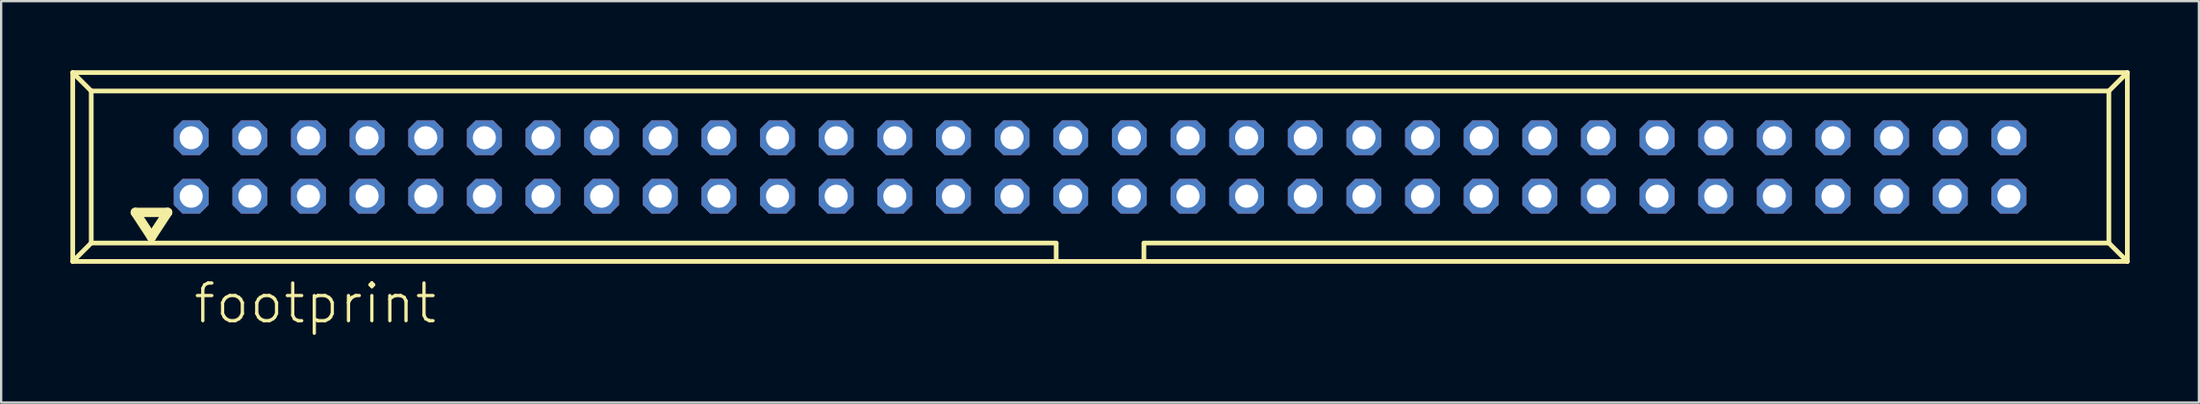
<source format=kicad_pcb>
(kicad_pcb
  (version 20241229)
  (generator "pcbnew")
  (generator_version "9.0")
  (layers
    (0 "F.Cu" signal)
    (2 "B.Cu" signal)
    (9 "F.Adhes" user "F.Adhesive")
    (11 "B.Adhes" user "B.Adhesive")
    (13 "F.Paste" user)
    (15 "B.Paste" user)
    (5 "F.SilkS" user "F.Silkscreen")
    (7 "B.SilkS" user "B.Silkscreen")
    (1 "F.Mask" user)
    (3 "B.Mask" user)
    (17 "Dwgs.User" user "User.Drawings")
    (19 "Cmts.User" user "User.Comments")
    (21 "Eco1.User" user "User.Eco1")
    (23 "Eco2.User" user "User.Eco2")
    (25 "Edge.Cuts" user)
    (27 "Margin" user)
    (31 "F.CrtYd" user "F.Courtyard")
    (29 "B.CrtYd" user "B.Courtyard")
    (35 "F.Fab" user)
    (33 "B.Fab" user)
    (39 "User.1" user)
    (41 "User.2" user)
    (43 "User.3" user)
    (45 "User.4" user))
  (footprint "footprint"
    (layer "F.Cu")
    (at 44.602 4.202)
    (property "Reference" "footprint" (at -39.35 6.88 0) (layer "F.SilkS") (effects (font (size 1.636 1.636) (thickness 0.142)) (justify left bottom)))
    (fp_line (start -44.5 -4.1) (end -43.7 -3.3) (stroke (width 0.203) (type solid)) (layer "F.SilkS"))
    (fp_line (start -44.5 4.1) (end -44.5 -4.1) (stroke (width 0.203) (type solid)) (layer "F.SilkS"))
    (fp_line (start -44.5 4.1) (end -43.7 3.3) (stroke (width 0.203) (type solid)) (layer "F.SilkS"))
    (fp_line (start -44.5 4.1) (end 44.5 4.1) (stroke (width 0.203) (type solid)) (layer "F.SilkS"))
    (fp_line (start -43.7 -3.3) (end 43.7 -3.3) (stroke (width 0.203) (type solid)) (layer "F.SilkS"))
    (fp_line (start -43.7 3.3) (end -43.7 -3.3) (stroke (width 0.203) (type solid)) (layer "F.SilkS"))
    (fp_line (start -41.79 1.97) (end -41.09 3.04) (stroke (width 0.406) (type solid)) (layer "F.SilkS"))
    (fp_line (start -41.09 3.04) (end -40.39 1.97) (stroke (width 0.406) (type solid)) (layer "F.SilkS"))
    (fp_line (start -40.39 1.97) (end -41.79 1.97) (stroke (width 0.406) (type solid)) (layer "F.SilkS"))
    (fp_line (start -1.9 3.3) (end -43.7 3.3) (stroke (width 0.203) (type solid)) (layer "F.SilkS"))
    (fp_line (start -1.9 3.32) (end -1.9 4.03) (stroke (width 0.203) (type solid)) (layer "F.SilkS"))
    (fp_line (start 1.9 3.32) (end 1.9 4.03) (stroke (width 0.203) (type solid)) (layer "F.SilkS"))
    (fp_line (start 43.7 -3.3) (end 43.7 3.3) (stroke (width 0.203) (type solid)) (layer "F.SilkS"))
    (fp_line (start 43.7 3.3) (end 1.9 3.3) (stroke (width 0.203) (type solid)) (layer "F.SilkS"))
    (fp_line (start 43.7 3.3) (end 44.5 4.1) (stroke (width 0.203) (type solid)) (layer "F.SilkS"))
    (fp_line (start 44.5 -4.1) (end -44.5 -4.1) (stroke (width 0.203) (type solid)) (layer "F.SilkS"))
    (fp_line (start 44.5 -4.1) (end 43.7 -3.3) (stroke (width 0.203) (type solid)) (layer "F.SilkS"))
    (fp_line (start 44.5 4.1) (end 44.5 -4.1) (stroke (width 0.203) (type solid)) (layer "F.SilkS"))
    (pad "1" thru_hole roundrect (at -39.37 1.27) (size 1.508 1.508) (drill 1) (layers "*.Cu" "*.Mask") (roundrect_rratio 0.25) (chamfer_ratio 0.25) (chamfer top_left top_right bottom_left bottom_right))
    (pad "2" thru_hole roundrect (at -39.37 -1.27) (size 1.508 1.508) (drill 1) (layers "*.Cu" "*.Mask") (roundrect_rratio 0.25) (chamfer_ratio 0.25) (chamfer top_left top_right bottom_left bottom_right))
    (pad "3" thru_hole roundrect (at -36.83 1.27) (size 1.508 1.508) (drill 1) (layers "*.Cu" "*.Mask") (roundrect_rratio 0.25) (chamfer_ratio 0.25) (chamfer top_left top_right bottom_left bottom_right))
    (pad "4" thru_hole roundrect (at -36.83 -1.27) (size 1.508 1.508) (drill 1) (layers "*.Cu" "*.Mask") (roundrect_rratio 0.25) (chamfer_ratio 0.25) (chamfer top_left top_right bottom_left bottom_right))
    (pad "5" thru_hole roundrect (at -34.29 1.27) (size 1.508 1.508) (drill 1) (layers "*.Cu" "*.Mask") (roundrect_rratio 0.25) (chamfer_ratio 0.25) (chamfer top_left top_right bottom_left bottom_right))
    (pad "6" thru_hole roundrect (at -34.29 -1.27) (size 1.508 1.508) (drill 1) (layers "*.Cu" "*.Mask") (roundrect_rratio 0.25) (chamfer_ratio 0.25) (chamfer top_left top_right bottom_left bottom_right))
    (pad "7" thru_hole roundrect (at -31.75 1.27) (size 1.508 1.508) (drill 1) (layers "*.Cu" "*.Mask") (roundrect_rratio 0.25) (chamfer_ratio 0.25) (chamfer top_left top_right bottom_left bottom_right))
    (pad "8" thru_hole roundrect (at -31.75 -1.27) (size 1.508 1.508) (drill 1) (layers "*.Cu" "*.Mask") (roundrect_rratio 0.25) (chamfer_ratio 0.25) (chamfer top_left top_right bottom_left bottom_right))
    (pad "9" thru_hole roundrect (at -29.21 1.27) (size 1.508 1.508) (drill 1) (layers "*.Cu" "*.Mask") (roundrect_rratio 0.25) (chamfer_ratio 0.25) (chamfer top_left top_right bottom_left bottom_right))
    (pad "10" thru_hole roundrect (at -29.21 -1.27) (size 1.508 1.508) (drill 1) (layers "*.Cu" "*.Mask") (roundrect_rratio 0.25) (chamfer_ratio 0.25) (chamfer top_left top_right bottom_left bottom_right))
    (pad "11" thru_hole roundrect (at -26.67 1.27) (size 1.508 1.508) (drill 1) (layers "*.Cu" "*.Mask") (roundrect_rratio 0.25) (chamfer_ratio 0.25) (chamfer top_left top_right bottom_left bottom_right))
    (pad "12" thru_hole roundrect (at -26.67 -1.27) (size 1.508 1.508) (drill 1) (layers "*.Cu" "*.Mask") (roundrect_rratio 0.25) (chamfer_ratio 0.25) (chamfer top_left top_right bottom_left bottom_right))
    (pad "13" thru_hole roundrect (at -24.13 1.27) (size 1.508 1.508) (drill 1) (layers "*.Cu" "*.Mask") (roundrect_rratio 0.25) (chamfer_ratio 0.25) (chamfer top_left top_right bottom_left bottom_right))
    (pad "14" thru_hole roundrect (at -24.13 -1.27) (size 1.508 1.508) (drill 1) (layers "*.Cu" "*.Mask") (roundrect_rratio 0.25) (chamfer_ratio 0.25) (chamfer top_left top_right bottom_left bottom_right))
    (pad "15" thru_hole roundrect (at -21.59 1.27) (size 1.508 1.508) (drill 1) (layers "*.Cu" "*.Mask") (roundrect_rratio 0.25) (chamfer_ratio 0.25) (chamfer top_left top_right bottom_left bottom_right))
    (pad "16" thru_hole roundrect (at -21.59 -1.27) (size 1.508 1.508) (drill 1) (layers "*.Cu" "*.Mask") (roundrect_rratio 0.25) (chamfer_ratio 0.25) (chamfer top_left top_right bottom_left bottom_right))
    (pad "17" thru_hole roundrect (at -19.05 1.27) (size 1.508 1.508) (drill 1) (layers "*.Cu" "*.Mask") (roundrect_rratio 0.25) (chamfer_ratio 0.25) (chamfer top_left top_right bottom_left bottom_right))
    (pad "18" thru_hole roundrect (at -19.05 -1.27) (size 1.508 1.508) (drill 1) (layers "*.Cu" "*.Mask") (roundrect_rratio 0.25) (chamfer_ratio 0.25) (chamfer top_left top_right bottom_left bottom_right))
    (pad "19" thru_hole roundrect (at -16.51 1.27) (size 1.508 1.508) (drill 1) (layers "*.Cu" "*.Mask") (roundrect_rratio 0.25) (chamfer_ratio 0.25) (chamfer top_left top_right bottom_left bottom_right))
    (pad "20" thru_hole roundrect (at -16.51 -1.27) (size 1.508 1.508) (drill 1) (layers "*.Cu" "*.Mask") (roundrect_rratio 0.25) (chamfer_ratio 0.25) (chamfer top_left top_right bottom_left bottom_right))
    (pad "21" thru_hole roundrect (at -13.97 1.27) (size 1.508 1.508) (drill 1) (layers "*.Cu" "*.Mask") (roundrect_rratio 0.25) (chamfer_ratio 0.25) (chamfer top_left top_right bottom_left bottom_right))
    (pad "22" thru_hole roundrect (at -13.97 -1.27) (size 1.508 1.508) (drill 1) (layers "*.Cu" "*.Mask") (roundrect_rratio 0.25) (chamfer_ratio 0.25) (chamfer top_left top_right bottom_left bottom_right))
    (pad "23" thru_hole roundrect (at -11.43 1.27) (size 1.508 1.508) (drill 1) (layers "*.Cu" "*.Mask") (roundrect_rratio 0.25) (chamfer_ratio 0.25) (chamfer top_left top_right bottom_left bottom_right))
    (pad "24" thru_hole roundrect (at -11.43 -1.27) (size 1.508 1.508) (drill 1) (layers "*.Cu" "*.Mask") (roundrect_rratio 0.25) (chamfer_ratio 0.25) (chamfer top_left top_right bottom_left bottom_right))
    (pad "25" thru_hole roundrect (at -8.89 1.27) (size 1.508 1.508) (drill 1) (layers "*.Cu" "*.Mask") (roundrect_rratio 0.25) (chamfer_ratio 0.25) (chamfer top_left top_right bottom_left bottom_right))
    (pad "26" thru_hole roundrect (at -8.89 -1.27) (size 1.508 1.508) (drill 1) (layers "*.Cu" "*.Mask") (roundrect_rratio 0.25) (chamfer_ratio 0.25) (chamfer top_left top_right bottom_left bottom_right))
    (pad "27" thru_hole roundrect (at -6.35 1.27) (size 1.508 1.508) (drill 1) (layers "*.Cu" "*.Mask") (roundrect_rratio 0.25) (chamfer_ratio 0.25) (chamfer top_left top_right bottom_left bottom_right))
    (pad "28" thru_hole roundrect (at -6.35 -1.27) (size 1.508 1.508) (drill 1) (layers "*.Cu" "*.Mask") (roundrect_rratio 0.25) (chamfer_ratio 0.25) (chamfer top_left top_right bottom_left bottom_right))
    (pad "29" thru_hole roundrect (at -3.81 1.27) (size 1.508 1.508) (drill 1) (layers "*.Cu" "*.Mask") (roundrect_rratio 0.25) (chamfer_ratio 0.25) (chamfer top_left top_right bottom_left bottom_right))
    (pad "30" thru_hole roundrect (at -3.81 -1.27) (size 1.508 1.508) (drill 1) (layers "*.Cu" "*.Mask") (roundrect_rratio 0.25) (chamfer_ratio 0.25) (chamfer top_left top_right bottom_left bottom_right))
    (pad "31" thru_hole roundrect (at -1.27 1.27) (size 1.508 1.508) (drill 1) (layers "*.Cu" "*.Mask") (roundrect_rratio 0.25) (chamfer_ratio 0.25) (chamfer top_left top_right bottom_left bottom_right))
    (pad "32" thru_hole roundrect (at -1.27 -1.27) (size 1.508 1.508) (drill 1) (layers "*.Cu" "*.Mask") (roundrect_rratio 0.25) (chamfer_ratio 0.25) (chamfer top_left top_right bottom_left bottom_right))
    (pad "33" thru_hole roundrect (at 1.27 1.27) (size 1.508 1.508) (drill 1) (layers "*.Cu" "*.Mask") (roundrect_rratio 0.25) (chamfer_ratio 0.25) (chamfer top_left top_right bottom_left bottom_right))
    (pad "34" thru_hole roundrect (at 1.27 -1.27) (size 1.508 1.508) (drill 1) (layers "*.Cu" "*.Mask") (roundrect_rratio 0.25) (chamfer_ratio 0.25) (chamfer top_left top_right bottom_left bottom_right))
    (pad "35" thru_hole roundrect (at 3.81 1.27) (size 1.508 1.508) (drill 1) (layers "*.Cu" "*.Mask") (roundrect_rratio 0.25) (chamfer_ratio 0.25) (chamfer top_left top_right bottom_left bottom_right))
    (pad "36" thru_hole roundrect (at 3.81 -1.27) (size 1.508 1.508) (drill 1) (layers "*.Cu" "*.Mask") (roundrect_rratio 0.25) (chamfer_ratio 0.25) (chamfer top_left top_right bottom_left bottom_right))
    (pad "37" thru_hole roundrect (at 6.35 1.27) (size 1.508 1.508) (drill 1) (layers "*.Cu" "*.Mask") (roundrect_rratio 0.25) (chamfer_ratio 0.25) (chamfer top_left top_right bottom_left bottom_right))
    (pad "38" thru_hole roundrect (at 6.35 -1.27) (size 1.508 1.508) (drill 1) (layers "*.Cu" "*.Mask") (roundrect_rratio 0.25) (chamfer_ratio 0.25) (chamfer top_left top_right bottom_left bottom_right))
    (pad "39" thru_hole roundrect (at 8.89 1.27) (size 1.508 1.508) (drill 1) (layers "*.Cu" "*.Mask") (roundrect_rratio 0.25) (chamfer_ratio 0.25) (chamfer top_left top_right bottom_left bottom_right))
    (pad "40" thru_hole roundrect (at 8.89 -1.27) (size 1.508 1.508) (drill 1) (layers "*.Cu" "*.Mask") (roundrect_rratio 0.25) (chamfer_ratio 0.25) (chamfer top_left top_right bottom_left bottom_right))
    (pad "41" thru_hole roundrect (at 11.43 1.27) (size 1.508 1.508) (drill 1) (layers "*.Cu" "*.Mask") (roundrect_rratio 0.25) (chamfer_ratio 0.25) (chamfer top_left top_right bottom_left bottom_right))
    (pad "42" thru_hole roundrect (at 11.43 -1.27) (size 1.508 1.508) (drill 1) (layers "*.Cu" "*.Mask") (roundrect_rratio 0.25) (chamfer_ratio 0.25) (chamfer top_left top_right bottom_left bottom_right))
    (pad "43" thru_hole roundrect (at 13.97 1.27) (size 1.508 1.508) (drill 1) (layers "*.Cu" "*.Mask") (roundrect_rratio 0.25) (chamfer_ratio 0.25) (chamfer top_left top_right bottom_left bottom_right))
    (pad "44" thru_hole roundrect (at 13.97 -1.27) (size 1.508 1.508) (drill 1) (layers "*.Cu" "*.Mask") (roundrect_rratio 0.25) (chamfer_ratio 0.25) (chamfer top_left top_right bottom_left bottom_right))
    (pad "45" thru_hole roundrect (at 16.51 1.27) (size 1.508 1.508) (drill 1) (layers "*.Cu" "*.Mask") (roundrect_rratio 0.25) (chamfer_ratio 0.25) (chamfer top_left top_right bottom_left bottom_right))
    (pad "46" thru_hole roundrect (at 16.51 -1.27) (size 1.508 1.508) (drill 1) (layers "*.Cu" "*.Mask") (roundrect_rratio 0.25) (chamfer_ratio 0.25) (chamfer top_left top_right bottom_left bottom_right))
    (pad "47" thru_hole roundrect (at 19.05 1.27) (size 1.508 1.508) (drill 1) (layers "*.Cu" "*.Mask") (roundrect_rratio 0.25) (chamfer_ratio 0.25) (chamfer top_left top_right bottom_left bottom_right))
    (pad "48" thru_hole roundrect (at 19.05 -1.27) (size 1.508 1.508) (drill 1) (layers "*.Cu" "*.Mask") (roundrect_rratio 0.25) (chamfer_ratio 0.25) (chamfer top_left top_right bottom_left bottom_right))
    (pad "49" thru_hole roundrect (at 21.59 1.27) (size 1.508 1.508) (drill 1) (layers "*.Cu" "*.Mask") (roundrect_rratio 0.25) (chamfer_ratio 0.25) (chamfer top_left top_right bottom_left bottom_right))
    (pad "50" thru_hole roundrect (at 21.59 -1.27) (size 1.508 1.508) (drill 1) (layers "*.Cu" "*.Mask") (roundrect_rratio 0.25) (chamfer_ratio 0.25) (chamfer top_left top_right bottom_left bottom_right))
    (pad "51" thru_hole roundrect (at 24.13 1.27) (size 1.508 1.508) (drill 1) (layers "*.Cu" "*.Mask") (roundrect_rratio 0.25) (chamfer_ratio 0.25) (chamfer top_left top_right bottom_left bottom_right))
    (pad "52" thru_hole roundrect (at 24.13 -1.27) (size 1.508 1.508) (drill 1) (layers "*.Cu" "*.Mask") (roundrect_rratio 0.25) (chamfer_ratio 0.25) (chamfer top_left top_right bottom_left bottom_right))
    (pad "53" thru_hole roundrect (at 26.67 1.27) (size 1.508 1.508) (drill 1) (layers "*.Cu" "*.Mask") (roundrect_rratio 0.25) (chamfer_ratio 0.25) (chamfer top_left top_right bottom_left bottom_right))
    (pad "54" thru_hole roundrect (at 26.67 -1.27) (size 1.508 1.508) (drill 1) (layers "*.Cu" "*.Mask") (roundrect_rratio 0.25) (chamfer_ratio 0.25) (chamfer top_left top_right bottom_left bottom_right))
    (pad "55" thru_hole roundrect (at 29.21 1.27) (size 1.508 1.508) (drill 1) (layers "*.Cu" "*.Mask") (roundrect_rratio 0.25) (chamfer_ratio 0.25) (chamfer top_left top_right bottom_left bottom_right))
    (pad "56" thru_hole roundrect (at 29.21 -1.27) (size 1.508 1.508) (drill 1) (layers "*.Cu" "*.Mask") (roundrect_rratio 0.25) (chamfer_ratio 0.25) (chamfer top_left top_right bottom_left bottom_right))
    (pad "57" thru_hole roundrect (at 31.75 1.27) (size 1.508 1.508) (drill 1) (layers "*.Cu" "*.Mask") (roundrect_rratio 0.25) (chamfer_ratio 0.25) (chamfer top_left top_right bottom_left bottom_right))
    (pad "58" thru_hole roundrect (at 31.75 -1.27) (size 1.508 1.508) (drill 1) (layers "*.Cu" "*.Mask") (roundrect_rratio 0.25) (chamfer_ratio 0.25) (chamfer top_left top_right bottom_left bottom_right))
    (pad "59" thru_hole roundrect (at 34.29 1.27) (size 1.508 1.508) (drill 1) (layers "*.Cu" "*.Mask") (roundrect_rratio 0.25) (chamfer_ratio 0.25) (chamfer top_left top_right bottom_left bottom_right))
    (pad "60" thru_hole roundrect (at 34.29 -1.27) (size 1.508 1.508) (drill 1) (layers "*.Cu" "*.Mask") (roundrect_rratio 0.25) (chamfer_ratio 0.25) (chamfer top_left top_right bottom_left bottom_right))
    (pad "61" thru_hole roundrect (at 36.83 1.27) (size 1.508 1.508) (drill 1) (layers "*.Cu" "*.Mask") (roundrect_rratio 0.25) (chamfer_ratio 0.25) (chamfer top_left top_right bottom_left bottom_right))
    (pad "62" thru_hole roundrect (at 36.83 -1.27) (size 1.508 1.508) (drill 1) (layers "*.Cu" "*.Mask") (roundrect_rratio 0.25) (chamfer_ratio 0.25) (chamfer top_left top_right bottom_left bottom_right))
    (pad "63" thru_hole roundrect (at 39.37 1.27) (size 1.508 1.508) (drill 1) (layers "*.Cu" "*.Mask") (roundrect_rratio 0.25) (chamfer_ratio 0.25) (chamfer top_left top_right bottom_left bottom_right))
    (pad "64" thru_hole roundrect (at 39.37 -1.27) (size 1.508 1.508) (drill 1) (layers "*.Cu" "*.Mask") (roundrect_rratio 0.25) (chamfer_ratio 0.25) (chamfer top_left top_right bottom_left bottom_right)))
  (gr_rect
    (start -3 -3)
    (end 92.203 14.432)
    (stroke (width 0.1) (type default))
    (fill no)
    (layer "Edge.Cuts")))
</source>
